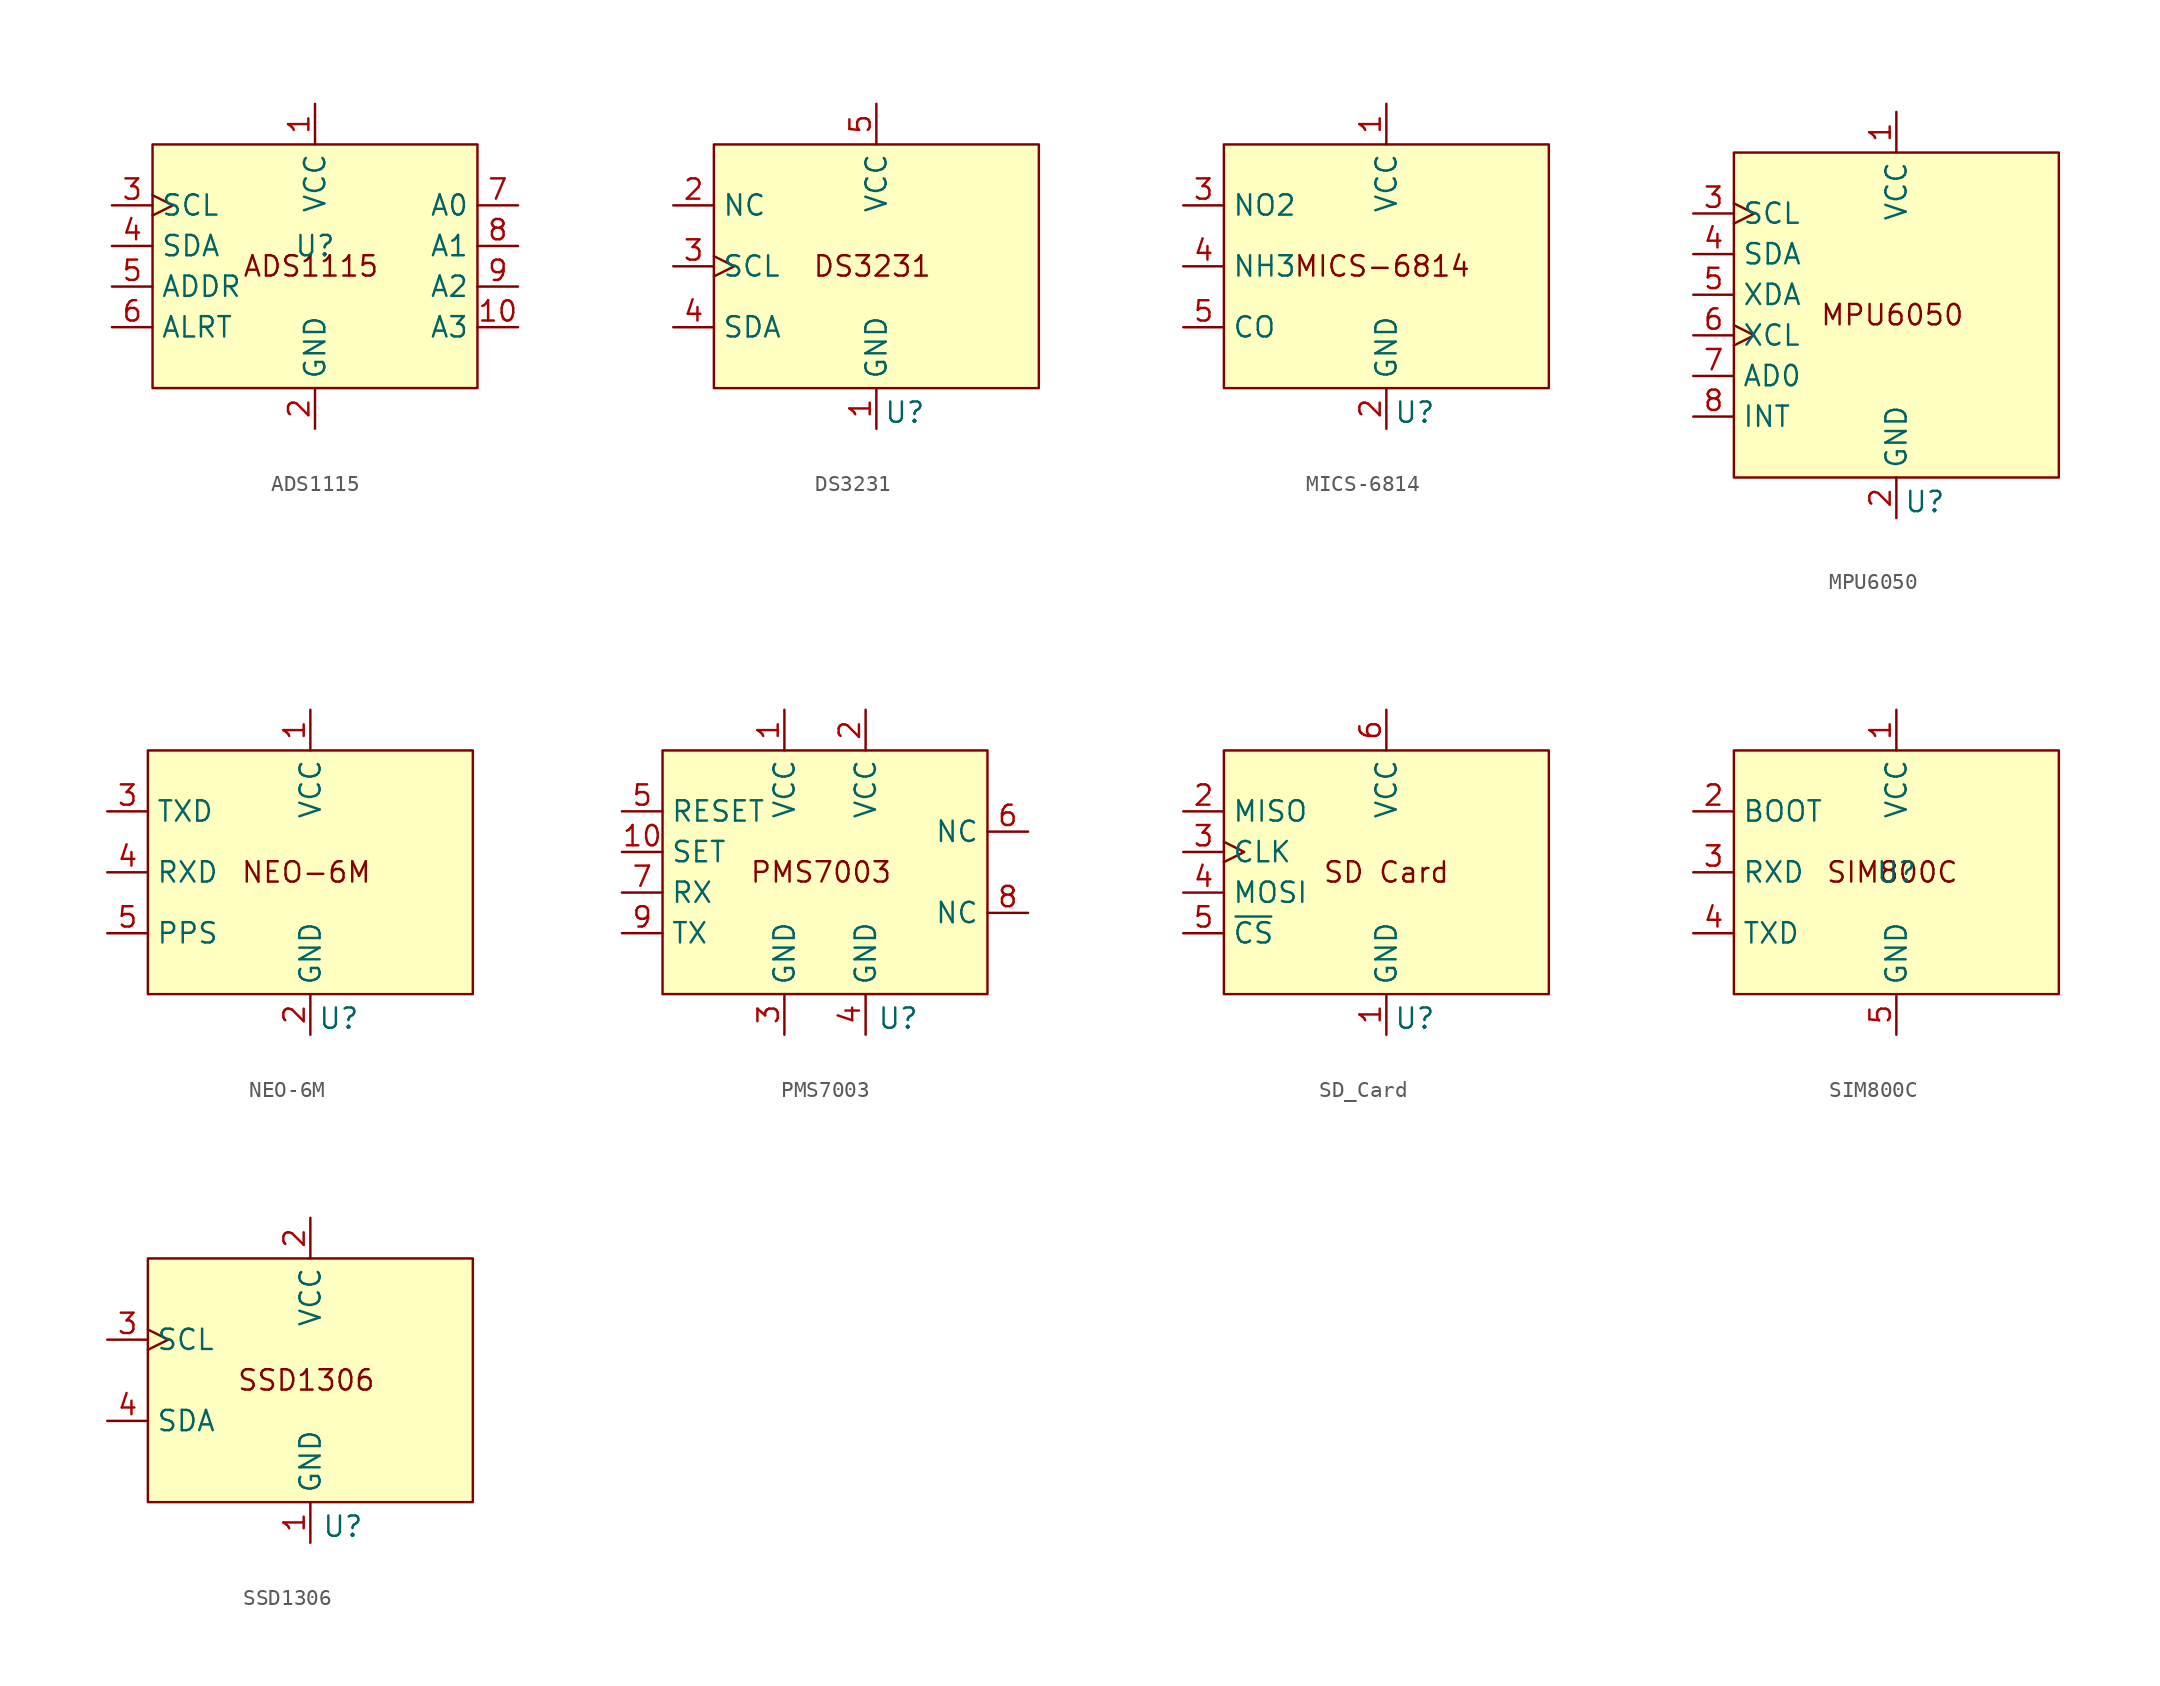
<source format=kicad_sym>
(kicad_symbol_lib
  (version 20231120)
  (generator "kicad_symbol_editor")
  (generator_version "8.0")
  (symbol "ADS1115"
    (property "Reference" "U"
      (at 0 1.27 0)
      (effects (font (size 1.27 1.27))))
    (property "Value" ""
      (at 0 1.27 0)
      (effects (font (size 1.27 1.27))))
    (symbol "ADS1115_0_1"
      (rectangle (start -10.16 7.62) (end 10.16 -7.62) (stroke (width 0) (type default)) (fill (type background))))
    (symbol "ADS1115_1_1"
      (text "ADS1115" (at -0.254 0 0) (effects (font (size 1.27 1.27))))
      (pin input line (at 0 10.16 270) (length 2.54) (name "VCC" (effects (font (size 1.27 1.27)))) (number "1" (effects (font (size 1.27 1.27)))))
      (pin input line (at 12.7 -3.81 180) (length 2.54) (name "A3" (effects (font (size 1.27 1.27)))) (number "10" (effects (font (size 1.27 1.27)))))
      (pin input line (at 0 -10.16 90) (length 2.54) (name "GND" (effects (font (size 1.27 1.27)))) (number "2" (effects (font (size 1.27 1.27)))))
      (pin input clock (at -12.7 3.81 0) (length 2.54) (name "SCL" (effects (font (size 1.27 1.27)))) (number "3" (effects (font (size 1.27 1.27)))))
      (pin bidirectional line (at -12.7 1.27 0) (length 2.54) (name "SDA" (effects (font (size 1.27 1.27)))) (number "4" (effects (font (size 1.27 1.27)))))
      (pin input line (at -12.7 -1.27 0) (length 2.54) (name "ADDR" (effects (font (size 1.27 1.27)))) (number "5" (effects (font (size 1.27 1.27)))))
      (pin input line (at -12.7 -3.81 0) (length 2.54) (name "ALRT" (effects (font (size 1.27 1.27)))) (number "6" (effects (font (size 1.27 1.27)))))
      (pin input line (at 12.7 3.81 180) (length 2.54) (name "A0" (effects (font (size 1.27 1.27)))) (number "7" (effects (font (size 1.27 1.27)))))
      (pin input line (at 12.7 1.27 180) (length 2.54) (name "A1" (effects (font (size 1.27 1.27)))) (number "8" (effects (font (size 1.27 1.27)))))
      (pin input line (at 12.7 -1.27 180) (length 2.54) (name "A2" (effects (font (size 1.27 1.27)))) (number "9" (effects (font (size 1.27 1.27)))))))
  (symbol "DS3231"
    (property "Reference" "U"
      (at 1.778 -9.144 0)
      (effects (font (size 1.27 1.27))))
    (property "Value" ""
      (at 0 0 0)
      (effects (font (size 1.27 1.27))))
    (symbol "DS3231_0_1"
      (rectangle (start -10.16 7.62) (end 10.16 -7.62) (stroke (width 0) (type default)) (fill (type background))))
    (symbol "DS3231_1_1"
      (text "DS3231" (at -0.254 0 0) (effects (font (size 1.27 1.27))))
      (pin input line (at 0 -10.16 90) (length 2.54) (name "GND" (effects (font (size 1.27 1.27)))) (number "1" (effects (font (size 1.27 1.27)))))
      (pin input line (at -12.7 3.81 0) (length 2.54) (name "NC" (effects (font (size 1.27 1.27)))) (number "2" (effects (font (size 1.27 1.27)))))
      (pin input clock (at -12.7 0 0) (length 2.54) (name "SCL" (effects (font (size 1.27 1.27)))) (number "3" (effects (font (size 1.27 1.27)))))
      (pin bidirectional line (at -12.7 -3.81 0) (length 2.54) (name "SDA" (effects (font (size 1.27 1.27)))) (number "4" (effects (font (size 1.27 1.27)))))
      (pin input line (at 0 10.16 270) (length 2.54) (name "VCC" (effects (font (size 1.27 1.27)))) (number "5" (effects (font (size 1.27 1.27)))))))
  (symbol "MICS-6814"
    (property "Reference" "U"
      (at 1.778 -9.144 0)
      (effects (font (size 1.27 1.27))))
    (property "Value" ""
      (at 0 0 0)
      (effects (font (size 1.27 1.27))))
    (symbol "MICS-6814_0_1"
      (rectangle (start -10.16 7.62) (end 10.16 -7.62) (stroke (width 0) (type default)) (fill (type background))))
    (symbol "MICS-6814_1_1"
      (text "MICS-6814" (at -0.254 0 0) (effects (font (size 1.27 1.27))))
      (pin input line (at 0 10.16 270) (length 2.54) (name "VCC" (effects (font (size 1.27 1.27)))) (number "1" (effects (font (size 1.27 1.27)))))
      (pin input line (at 0 -10.16 90) (length 2.54) (name "GND" (effects (font (size 1.27 1.27)))) (number "2" (effects (font (size 1.27 1.27)))))
      (pin output line (at -12.7 3.81 0) (length 2.54) (name "NO2" (effects (font (size 1.27 1.27)))) (number "3" (effects (font (size 1.27 1.27)))))
      (pin output line (at -12.7 0 0) (length 2.54) (name "NH3" (effects (font (size 1.27 1.27)))) (number "4" (effects (font (size 1.27 1.27)))))
      (pin output line (at -12.7 -3.81 0) (length 2.54) (name "CO" (effects (font (size 1.27 1.27)))) (number "5" (effects (font (size 1.27 1.27)))))))
  (symbol "MPU6050"
    (property "Reference" "U"
      (at 1.778 -11.684 0)
      (effects (font (size 1.27 1.27))))
    (property "Value" ""
      (at 0 0 0)
      (effects (font (size 1.27 1.27))))
    (symbol "MPU6050_0_1"
      (rectangle (start -10.16 10.16) (end 10.16 -10.16) (stroke (width 0) (type default)) (fill (type background))))
    (symbol "MPU6050_1_1"
      (text "MPU6050" (at -0.254 0 0) (effects (font (size 1.27 1.27))))
      (pin input line (at 0 12.7 270) (length 2.54) (name "VCC" (effects (font (size 1.27 1.27)))) (number "1" (effects (font (size 1.27 1.27)))))
      (pin input line (at 0 -12.7 90) (length 2.54) (name "GND" (effects (font (size 1.27 1.27)))) (number "2" (effects (font (size 1.27 1.27)))))
      (pin input clock (at -12.7 6.35 0) (length 2.54) (name "SCL" (effects (font (size 1.27 1.27)))) (number "3" (effects (font (size 1.27 1.27)))))
      (pin bidirectional line (at -12.7 3.81 0) (length 2.54) (name "SDA" (effects (font (size 1.27 1.27)))) (number "4" (effects (font (size 1.27 1.27)))))
      (pin bidirectional line (at -12.7 1.27 0) (length 2.54) (name "XDA" (effects (font (size 1.27 1.27)))) (number "5" (effects (font (size 1.27 1.27)))))
      (pin input clock (at -12.7 -1.27 0) (length 2.54) (name "XCL" (effects (font (size 1.27 1.27)))) (number "6" (effects (font (size 1.27 1.27)))))
      (pin input line (at -12.7 -3.81 0) (length 2.54) (name "AD0" (effects (font (size 1.27 1.27)))) (number "7" (effects (font (size 1.27 1.27)))))
      (pin input line (at -12.7 -6.35 0) (length 2.54) (name "INT" (effects (font (size 1.27 1.27)))) (number "8" (effects (font (size 1.27 1.27)))))))
  (symbol "NEO-6M"
    (property "Reference" "U"
      (at 1.778 -9.144 0)
      (effects (font (size 1.27 1.27))))
    (property "Value" ""
      (at 0 0 0)
      (effects (font (size 1.27 1.27))))
    (symbol "NEO-6M_0_1"
      (rectangle (start -10.16 7.62) (end 10.16 -7.62) (stroke (width 0) (type default)) (fill (type background))))
    (symbol "NEO-6M_1_1"
      (text "NEO-6M" (at -0.254 0 0) (effects (font (size 1.27 1.27))))
      (pin input line (at 0 10.16 270) (length 2.54) (name "VCC" (effects (font (size 1.27 1.27)))) (number "1" (effects (font (size 1.27 1.27)))))
      (pin input line (at 0 -10.16 90) (length 2.54) (name "GND" (effects (font (size 1.27 1.27)))) (number "2" (effects (font (size 1.27 1.27)))))
      (pin output line (at -12.7 3.81 0) (length 2.54) (name "TXD" (effects (font (size 1.27 1.27)))) (number "3" (effects (font (size 1.27 1.27)))))
      (pin input line (at -12.7 0 0) (length 2.54) (name "RXD" (effects (font (size 1.27 1.27)))) (number "4" (effects (font (size 1.27 1.27)))))
      (pin output line (at -12.7 -3.81 0) (length 2.54) (name "PPS" (effects (font (size 1.27 1.27)))) (number "5" (effects (font (size 1.27 1.27)))))))
  (symbol "PMS7003"
    (property "Reference" "U"
      (at 4.572 -9.144 0)
      (effects (font (size 1.27 1.27))))
    (property "Value" ""
      (at 0 0 0)
      (effects (font (size 1.27 1.27))))
    (symbol "PMS7003_0_1"
      (rectangle (start -10.16 7.62) (end 10.16 -7.62) (stroke (width 0) (type default)) (fill (type background))))
    (symbol "PMS7003_1_1"
      (text "PMS7003" (at -0.254 0 0) (effects (font (size 1.27 1.27))))
      (pin input line (at -2.54 10.16 270) (length 2.54) (name "VCC" (effects (font (size 1.27 1.27)))) (number "1" (effects (font (size 1.27 1.27)))))
      (pin input line (at -12.7 1.27 0) (length 2.54) (name "SET" (effects (font (size 1.27 1.27)))) (number "10" (effects (font (size 1.27 1.27)))))
      (pin input line (at 2.54 10.16 270) (length 2.54) (name "VCC" (effects (font (size 1.27 1.27)))) (number "2" (effects (font (size 1.27 1.27)))))
      (pin input line (at -2.54 -10.16 90) (length 2.54) (name "GND" (effects (font (size 1.27 1.27)))) (number "3" (effects (font (size 1.27 1.27)))))
      (pin input line (at 2.54 -10.16 90) (length 2.54) (name "GND" (effects (font (size 1.27 1.27)))) (number "4" (effects (font (size 1.27 1.27)))))
      (pin input line (at -12.7 3.81 0) (length 2.54) (name "RESET" (effects (font (size 1.27 1.27)))) (number "5" (effects (font (size 1.27 1.27)))))
      (pin input line (at 12.7 2.54 180) (length 2.54) (name "NC" (effects (font (size 1.27 1.27)))) (number "6" (effects (font (size 1.27 1.27)))))
      (pin input line (at -12.7 -1.27 0) (length 2.54) (name "RX" (effects (font (size 1.27 1.27)))) (number "7" (effects (font (size 1.27 1.27)))))
      (pin input line (at 12.7 -2.54 180) (length 2.54) (name "NC" (effects (font (size 1.27 1.27)))) (number "8" (effects (font (size 1.27 1.27)))))
      (pin output line (at -12.7 -3.81 0) (length 2.54) (name "TX" (effects (font (size 1.27 1.27)))) (number "9" (effects (font (size 1.27 1.27)))))))
  (symbol "SD_Card"
    (property "Reference" "U"
      (at 1.778 -9.144 0)
      (effects (font (size 1.27 1.27))))
    (property "Value" ""
      (at 0 0 0)
      (effects (font (size 1.27 1.27))))
    (symbol "SD_Card_0_1"
      (rectangle (start -10.16 7.62) (end 10.16 -7.62) (stroke (width 0) (type default)) (fill (type background))))
    (symbol "SD_Card_1_1"
      (text "SD Card\n" (at 0 0 0) (effects (font (size 1.27 1.27))))
      (pin input line (at 0 -10.16 90) (length 2.54) (name "GND" (effects (font (size 1.27 1.27)))) (number "1" (effects (font (size 1.27 1.27)))))
      (pin output line (at -12.7 3.81 0) (length 2.54) (name "MISO" (effects (font (size 1.27 1.27)))) (number "2" (effects (font (size 1.27 1.27)))))
      (pin input clock (at -12.7 1.27 0) (length 2.54) (name "CLK" (effects (font (size 1.27 1.27)))) (number "3" (effects (font (size 1.27 1.27)))))
      (pin input line (at -12.7 -1.27 0) (length 2.54) (name "MOSI" (effects (font (size 1.27 1.27)))) (number "4" (effects (font (size 1.27 1.27)))))
      (pin input line (at -12.7 -3.81 0) (length 2.54) (name "~{CS}" (effects (font (size 1.27 1.27)))) (number "5" (effects (font (size 1.27 1.27)))))
      (pin input line (at 0 10.16 270) (length 2.54) (name "VCC" (effects (font (size 1.27 1.27)))) (number "6" (effects (font (size 1.27 1.27)))))))
  (symbol "SIM800C"
    (property "Reference" "U"
      (at 0 0 0)
      (effects (font (size 1.27 1.27))))
    (property "Value" ""
      (at 0 0 0)
      (effects (font (size 1.27 1.27))))
    (symbol "SIM800C_0_1"
      (rectangle (start -10.16 7.62) (end 10.16 -7.62) (stroke (width 0) (type default)) (fill (type background))))
    (symbol "SIM800C_1_1"
      (text "SIM800C" (at -0.254 0 0) (effects (font (size 1.27 1.27))))
      (pin input line (at 0 10.16 270) (length 2.54) (name "VCC" (effects (font (size 1.27 1.27)))) (number "1" (effects (font (size 1.27 1.27)))))
      (pin input line (at -12.7 3.81 0) (length 2.54) (name "BOOT" (effects (font (size 1.27 1.27)))) (number "2" (effects (font (size 1.27 1.27)))))
      (pin input line (at -12.7 0 0) (length 2.54) (name "RXD" (effects (font (size 1.27 1.27)))) (number "3" (effects (font (size 1.27 1.27)))))
      (pin output line (at -12.7 -3.81 0) (length 2.54) (name "TXD" (effects (font (size 1.27 1.27)))) (number "4" (effects (font (size 1.27 1.27)))))
      (pin input line (at 0 -10.16 90) (length 2.54) (name "GND" (effects (font (size 1.27 1.27)))) (number "5" (effects (font (size 1.27 1.27)))))))
  (symbol "SSD1306"
    (property "Reference" "U"
      (at 2.032 -9.144 0)
      (effects (font (size 1.27 1.27))))
    (property "Value" ""
      (at 0 0 0)
      (effects (font (size 1.27 1.27))))
    (symbol "SSD1306_0_1"
      (rectangle (start -10.16 7.62) (end 10.16 -7.62) (stroke (width 0) (type default)) (fill (type background))))
    (symbol "SSD1306_1_1"
      (text "SSD1306" (at -0.254 0 0) (effects (font (size 1.27 1.27))))
      (pin input line (at 0 -10.16 90) (length 2.54) (name "GND" (effects (font (size 1.27 1.27)))) (number "1" (effects (font (size 1.27 1.27)))))
      (pin input line (at 0 10.16 270) (length 2.54) (name "VCC" (effects (font (size 1.27 1.27)))) (number "2" (effects (font (size 1.27 1.27)))))
      (pin input clock (at -12.7 2.54 0) (length 2.54) (name "SCL" (effects (font (size 1.27 1.27)))) (number "3" (effects (font (size 1.27 1.27)))))
      (pin bidirectional line (at -12.7 -2.54 0) (length 2.54) (name "SDA" (effects (font (size 1.27 1.27)))) (number "4" (effects (font (size 1.27 1.27))))))))
</source>
